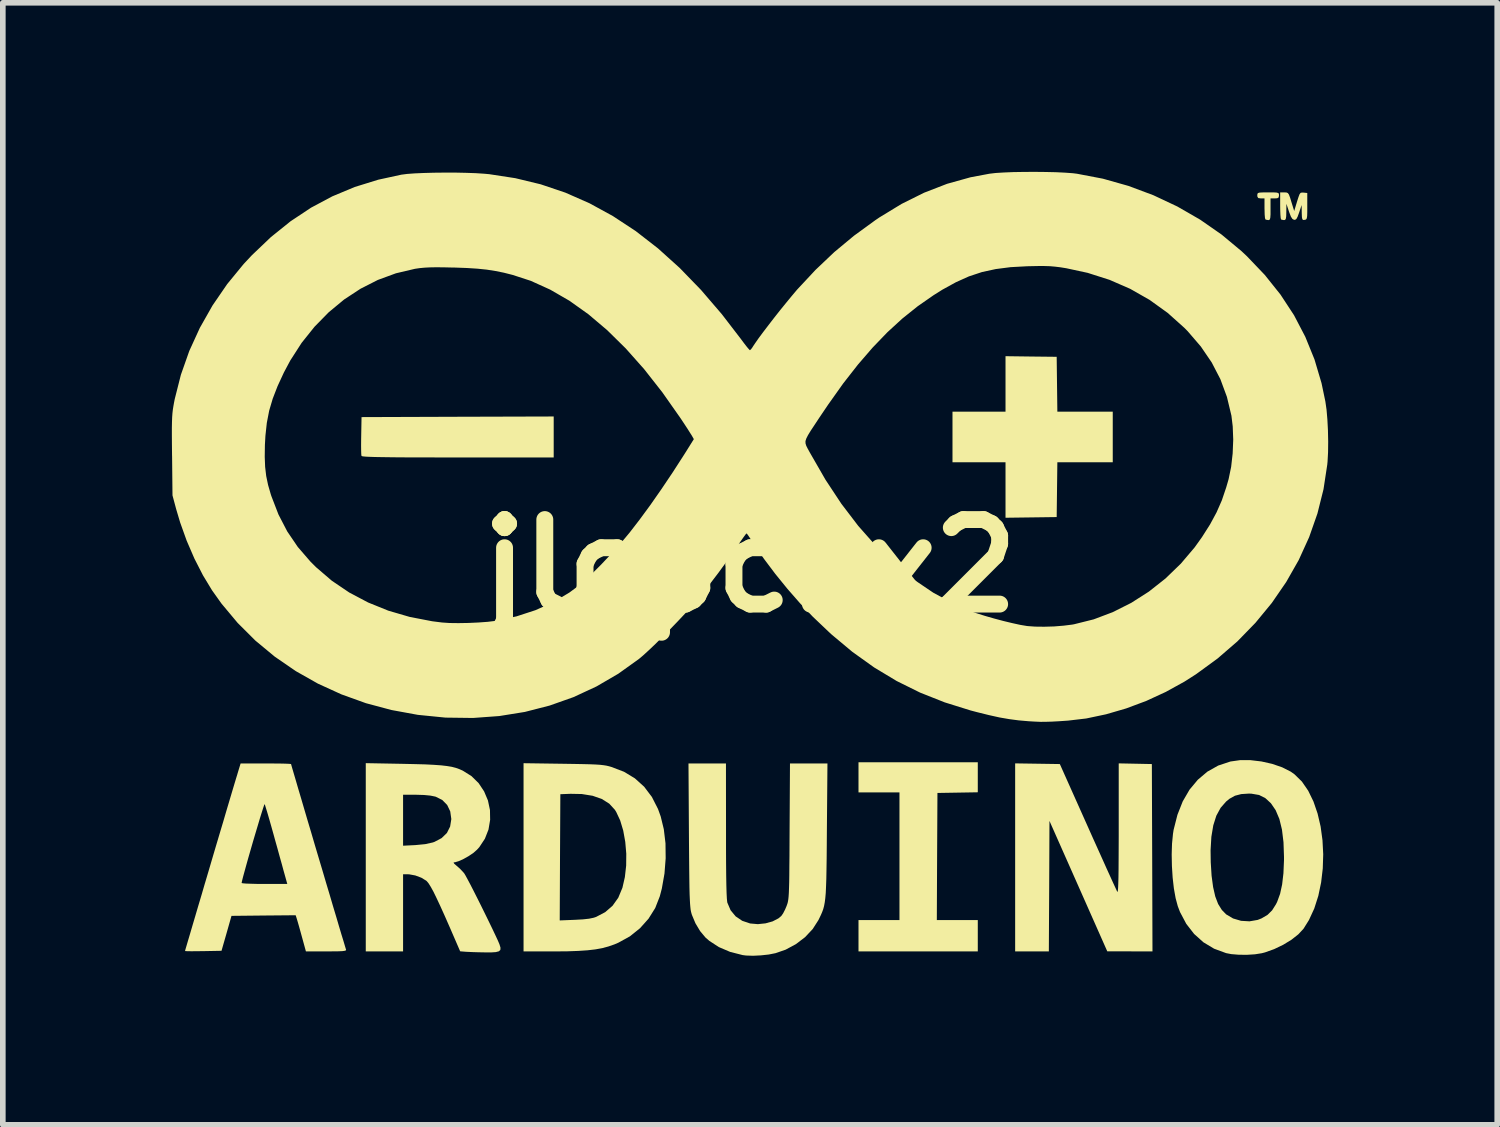
<source format=kicad_pcb>
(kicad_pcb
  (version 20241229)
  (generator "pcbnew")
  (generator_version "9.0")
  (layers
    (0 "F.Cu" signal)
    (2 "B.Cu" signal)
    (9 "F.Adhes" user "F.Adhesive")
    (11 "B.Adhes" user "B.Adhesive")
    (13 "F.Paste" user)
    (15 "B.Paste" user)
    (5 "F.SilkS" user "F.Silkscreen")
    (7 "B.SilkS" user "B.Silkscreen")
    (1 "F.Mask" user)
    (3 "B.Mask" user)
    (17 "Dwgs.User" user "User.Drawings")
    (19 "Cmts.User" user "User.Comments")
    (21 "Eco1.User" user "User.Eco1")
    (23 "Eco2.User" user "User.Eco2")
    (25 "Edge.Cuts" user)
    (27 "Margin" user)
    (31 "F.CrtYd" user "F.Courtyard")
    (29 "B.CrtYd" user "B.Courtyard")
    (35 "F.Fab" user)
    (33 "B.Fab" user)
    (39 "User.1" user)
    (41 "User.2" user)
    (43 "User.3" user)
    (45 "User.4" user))
  (footprint "jlcpcbx2"
    (layer "F.Cu")
    (at 10.261 6.992)
    (property "Reference" "jlcpcbx2" (at 0 0 0) (layer "F.SilkS") (effects (font (size 1.5 1.5) (thickness 0.3))))
    (attr board_only exclude_from_pos_files exclude_from_bom)
    (fp_poly (pts (xy -3.485 -2.288) (xy -3.485 -1.924) (xy -5.185 -1.924) (xy -5.505 -1.924) (xy -5.784 -1.925) (xy -6.026 -1.925) (xy -6.232 -1.926) (xy -6.405 -1.928) (xy -6.547 -1.93) (xy -6.662 -1.932) (xy -6.75 -1.935) (xy -6.815 -1.938) (xy -6.86 -1.942) (xy -6.886 -1.946) (xy -6.896 -1.951) (xy -6.896 -1.952) (xy -6.9 -1.982) (xy -6.902 -2.047) (xy -6.903 -2.138) (xy -6.902 -2.248) (xy -6.901 -2.31) (xy -6.895 -2.64) (xy -5.19 -2.646) (xy -3.485 -2.651)) (stroke (width 0) (type solid)) (fill yes) (layer "F.SilkS"))
    (fp_poly (pts (xy 4.041 3.752) (xy 4.041 4.018) (xy 3.683 4.024) (xy 3.325 4.03) (xy 3.319 5.158) (xy 3.314 6.286) (xy 3.677 6.286) (xy 4.041 6.286) (xy 4.041 6.564) (xy 4.041 6.842) (xy 2.983 6.842) (xy 1.924 6.842) (xy 1.924 6.564) (xy 1.924 6.286) (xy 2.288 6.286) (xy 2.651 6.286) (xy 2.651 5.153) (xy 2.651 4.02) (xy 2.288 4.02) (xy 1.924 4.02) (xy 1.924 3.752) (xy 1.924 3.485) (xy 2.983 3.485) (xy 4.041 3.485)) (stroke (width 0) (type solid)) (fill yes) (layer "F.SilkS"))
    (fp_poly (pts (xy 4.987 -3.715) (xy 5.441 -3.71) (xy 5.447 -3.223) (xy 5.453 -2.737) (xy 5.944 -2.737) (xy 6.436 -2.737) (xy 6.436 -2.288) (xy 6.436 -1.839) (xy 5.944 -1.839) (xy 5.453 -1.839) (xy 5.447 -1.352) (xy 5.441 -0.866) (xy 4.987 -0.86) (xy 4.533 -0.854) (xy 4.533 -1.347) (xy 4.533 -1.839) (xy 4.062 -1.839) (xy 3.592 -1.839) (xy 3.592 -2.288) (xy 3.592 -2.737) (xy 4.062 -2.737) (xy 4.533 -2.737) (xy 4.533 -3.229) (xy 4.533 -3.721)) (stroke (width 0) (type solid)) (fill yes) (layer "F.SilkS"))
    (fp_poly (pts (xy 9.285 -6.628) (xy 9.341 -6.625) (xy 9.372 -6.617) (xy 9.384 -6.603) (xy 9.386 -6.579) (xy 9.386 -6.574) (xy 9.38 -6.538) (xy 9.355 -6.524) (xy 9.311 -6.521) (xy 9.236 -6.521) (xy 9.236 -6.329) (xy 9.236 -6.237) (xy 9.232 -6.18) (xy 9.224 -6.149) (xy 9.21 -6.138) (xy 9.197 -6.136) (xy 9.157 -6.143) (xy 9.144 -6.15) (xy 9.137 -6.177) (xy 9.132 -6.235) (xy 9.13 -6.315) (xy 9.129 -6.343) (xy 9.129 -6.521) (xy 9.065 -6.521) (xy 9.019 -6.527) (xy 9.003 -6.551) (xy 9.001 -6.574) (xy 9.003 -6.6) (xy 9.013 -6.616) (xy 9.04 -6.624) (xy 9.092 -6.627) (xy 9.177 -6.628) (xy 9.194 -6.628)) (stroke (width 0) (type solid)) (fill yes) (layer "F.SilkS"))
    (fp_poly (pts (xy 6.836 3.511) (xy 7.13 3.517) (xy 7.136 5.179) (xy 7.141 6.842) (xy 6.74 6.841) (xy 6.339 6.841) (xy 5.826 5.683) (xy 5.313 4.526) (xy 5.308 5.684) (xy 5.302 6.842) (xy 5.003 6.842) (xy 4.704 6.842) (xy 4.704 5.174) (xy 4.704 3.505) (xy 5.1 3.511) (xy 5.497 3.517) (xy 5.994 4.629) (xy 6.086 4.835) (xy 6.174 5.03) (xy 6.255 5.21) (xy 6.328 5.373) (xy 6.392 5.513) (xy 6.444 5.628) (xy 6.484 5.714) (xy 6.508 5.767) (xy 6.516 5.783) (xy 6.522 5.784) (xy 6.527 5.762) (xy 6.531 5.715) (xy 6.534 5.641) (xy 6.537 5.538) (xy 6.539 5.402) (xy 6.54 5.233) (xy 6.541 5.026) (xy 6.542 4.78) (xy 6.542 4.666) (xy 6.542 3.505)) (stroke (width 0) (type solid)) (fill yes) (layer "F.SilkS"))
    (fp_poly (pts (xy 9.518 -6.626) (xy 9.543 -6.616) (xy 9.562 -6.59) (xy 9.582 -6.538) (xy 9.605 -6.462) (xy 9.656 -6.297) (xy 9.706 -6.463) (xy 9.732 -6.545) (xy 9.751 -6.595) (xy 9.769 -6.619) (xy 9.793 -6.625) (xy 9.822 -6.624) (xy 9.888 -6.617) (xy 9.888 -6.382) (xy 9.888 -6.279) (xy 9.886 -6.211) (xy 9.88 -6.171) (xy 9.87 -6.151) (xy 9.853 -6.142) (xy 9.84 -6.14) (xy 9.814 -6.139) (xy 9.8 -6.153) (xy 9.793 -6.189) (xy 9.79 -6.259) (xy 9.79 -6.268) (xy 9.788 -6.403) (xy 9.743 -6.269) (xy 9.716 -6.195) (xy 9.694 -6.155) (xy 9.671 -6.141) (xy 9.654 -6.141) (xy 9.625 -6.156) (xy 9.598 -6.197) (xy 9.569 -6.272) (xy 9.564 -6.286) (xy 9.518 -6.425) (xy 9.516 -6.281) (xy 9.514 -6.203) (xy 9.507 -6.159) (xy 9.494 -6.14) (xy 9.475 -6.136) (xy 9.434 -6.143) (xy 9.422 -6.15) (xy 9.416 -6.176) (xy 9.411 -6.236) (xy 9.408 -6.319) (xy 9.407 -6.396) (xy 9.407 -6.628) (xy 9.481 -6.628)) (stroke (width 0) (type solid)) (fill yes) (layer "F.SilkS"))
    (fp_poly (pts (xy -3.319 3.512) (xy -3.125 3.515) (xy -2.967 3.518) (xy -2.842 3.521) (xy -2.743 3.525) (xy -2.665 3.53) (xy -2.603 3.537) (xy -2.551 3.545) (xy -2.504 3.556) (xy -2.459 3.569) (xy -2.237 3.654) (xy -2.044 3.771) (xy -1.88 3.919) (xy -1.743 4.1) (xy -1.634 4.314) (xy -1.586 4.447) (xy -1.531 4.673) (xy -1.501 4.923) (xy -1.498 5.189) (xy -1.519 5.46) (xy -1.566 5.726) (xy -1.602 5.864) (xy -1.683 6.071) (xy -1.802 6.261) (xy -1.953 6.43) (xy -2.132 6.574) (xy -2.337 6.687) (xy -2.407 6.717) (xy -2.513 6.754) (xy -2.624 6.784) (xy -2.746 6.806) (xy -2.885 6.822) (xy -3.048 6.833) (xy -3.24 6.84) (xy -3.467 6.842) (xy -3.49 6.842) (xy -4.02 6.842) (xy -4.02 6.292) (xy -3.378 6.292) (xy -3.106 6.281) (xy -2.963 6.273) (xy -2.856 6.261) (xy -2.775 6.244) (xy -2.733 6.23) (xy -2.571 6.145) (xy -2.44 6.031) (xy -2.339 5.889) (xy -2.266 5.714) (xy -2.265 5.711) (xy -2.222 5.523) (xy -2.199 5.319) (xy -2.197 5.108) (xy -2.215 4.898) (xy -2.251 4.698) (xy -2.305 4.518) (xy -2.376 4.366) (xy -2.4 4.328) (xy -2.499 4.22) (xy -2.631 4.137) (xy -2.794 4.08) (xy -2.986 4.049) (xy -3.186 4.045) (xy -3.367 4.052) (xy -3.373 5.172) (xy -3.378 6.292) (xy -4.02 6.292) (xy -4.02 5.172) (xy -4.02 3.502)) (stroke (width 0) (type solid)) (fill yes) (layer "F.SilkS"))
    (fp_poly (pts (xy -0.427 4.698) (xy -0.427 5.004) (xy -0.426 5.267) (xy -0.424 5.488) (xy -0.421 5.668) (xy -0.417 5.807) (xy -0.412 5.905) (xy -0.406 5.963) (xy -0.404 5.975) (xy -0.346 6.111) (xy -0.256 6.22) (xy -0.139 6.299) (xy 0.001 6.346) (xy 0.138 6.358) (xy 0.274 6.344) (xy 0.4 6.309) (xy 0.504 6.255) (xy 0.554 6.213) (xy 0.586 6.167) (xy 0.622 6.097) (xy 0.647 6.038) (xy 0.657 6.01) (xy 0.666 5.983) (xy 0.673 5.951) (xy 0.679 5.913) (xy 0.684 5.864) (xy 0.688 5.801) (xy 0.691 5.719) (xy 0.694 5.616) (xy 0.696 5.488) (xy 0.697 5.331) (xy 0.699 5.141) (xy 0.7 4.914) (xy 0.701 4.709) (xy 0.708 3.506) (xy 1.04 3.506) (xy 1.373 3.506) (xy 1.363 4.698) (xy 1.361 4.967) (xy 1.359 5.197) (xy 1.356 5.391) (xy 1.353 5.555) (xy 1.348 5.691) (xy 1.343 5.803) (xy 1.335 5.895) (xy 1.325 5.972) (xy 1.313 6.036) (xy 1.298 6.092) (xy 1.279 6.144) (xy 1.257 6.195) (xy 1.231 6.249) (xy 1.213 6.286) (xy 1.111 6.445) (xy 0.976 6.589) (xy 0.813 6.713) (xy 0.631 6.811) (xy 0.452 6.873) (xy 0.331 6.897) (xy 0.193 6.912) (xy 0.054 6.919) (xy -0.07 6.915) (xy -0.132 6.907) (xy -0.355 6.85) (xy -0.554 6.765) (xy -0.723 6.655) (xy -0.792 6.595) (xy -0.887 6.481) (xy -0.97 6.342) (xy -1.032 6.194) (xy -1.04 6.168) (xy -1.048 6.137) (xy -1.055 6.101) (xy -1.06 6.055) (xy -1.065 5.997) (xy -1.069 5.922) (xy -1.073 5.828) (xy -1.076 5.711) (xy -1.078 5.567) (xy -1.08 5.393) (xy -1.082 5.185) (xy -1.084 4.94) (xy -1.085 4.773) (xy -1.093 3.506) (xy -0.761 3.506) (xy -0.428 3.506)) (stroke (width 0) (type solid)) (fill yes) (layer "F.SilkS"))
    (fp_poly (pts (xy 8.881 3.448) (xy 9.075 3.471) (xy 9.266 3.514) (xy 9.443 3.575) (xy 9.595 3.652) (xy 9.661 3.699) (xy 9.793 3.828) (xy 9.905 3.991) (xy 9.998 4.182) (xy 10.071 4.395) (xy 10.125 4.626) (xy 10.158 4.869) (xy 10.171 5.118) (xy 10.163 5.37) (xy 10.134 5.617) (xy 10.084 5.856) (xy 10.012 6.081) (xy 9.918 6.285) (xy 9.821 6.44) (xy 9.73 6.538) (xy 9.607 6.635) (xy 9.461 6.724) (xy 9.301 6.801) (xy 9.139 6.859) (xy 9.081 6.874) (xy 8.961 6.893) (xy 8.82 6.902) (xy 8.674 6.901) (xy 8.54 6.89) (xy 8.447 6.872) (xy 8.235 6.794) (xy 8.045 6.68) (xy 7.88 6.532) (xy 7.741 6.353) (xy 7.63 6.144) (xy 7.59 6.039) (xy 7.552 5.898) (xy 7.521 5.726) (xy 7.499 5.532) (xy 7.486 5.328) (xy 7.482 5.123) (xy 7.484 5.047) (xy 8.172 5.047) (xy 8.175 5.26) (xy 8.19 5.499) (xy 8.217 5.7) (xy 8.255 5.866) (xy 8.306 6) (xy 8.372 6.106) (xy 8.448 6.184) (xy 8.571 6.257) (xy 8.713 6.299) (xy 8.862 6.308) (xy 9.007 6.283) (xy 9.076 6.256) (xy 9.182 6.194) (xy 9.264 6.113) (xy 9.333 6.004) (xy 9.355 5.959) (xy 9.406 5.819) (xy 9.442 5.653) (xy 9.465 5.455) (xy 9.475 5.222) (xy 9.475 5.163) (xy 9.466 4.904) (xy 9.439 4.681) (xy 9.393 4.492) (xy 9.327 4.336) (xy 9.243 4.213) (xy 9.144 4.122) (xy 9.033 4.066) (xy 8.899 4.043) (xy 8.854 4.041) (xy 8.716 4.05) (xy 8.605 4.079) (xy 8.506 4.134) (xy 8.447 4.183) (xy 8.35 4.294) (xy 8.274 4.434) (xy 8.22 4.605) (xy 8.186 4.808) (xy 8.172 5.047) (xy 7.484 5.047) (xy 7.488 4.928) (xy 7.505 4.755) (xy 7.516 4.684) (xy 7.584 4.417) (xy 7.678 4.179) (xy 7.799 3.971) (xy 7.946 3.795) (xy 8.115 3.652) (xy 8.307 3.544) (xy 8.521 3.473) (xy 8.523 3.472) (xy 8.693 3.448)) (stroke (width 0) (type solid)) (fill yes) (layer "F.SilkS"))
    (fp_poly (pts (xy -6.174 3.513) (xy -5.949 3.518) (xy -5.762 3.523) (xy -5.608 3.531) (xy -5.482 3.54) (xy -5.379 3.552) (xy -5.294 3.566) (xy -5.221 3.585) (xy -5.157 3.608) (xy -5.099 3.634) (xy -4.944 3.731) (xy -4.817 3.856) (xy -4.72 4.002) (xy -4.652 4.163) (xy -4.616 4.333) (xy -4.613 4.507) (xy -4.642 4.679) (xy -4.706 4.842) (xy -4.805 4.992) (xy -4.848 5.039) (xy -4.912 5.095) (xy -4.995 5.151) (xy -5.084 5.201) (xy -5.167 5.239) (xy -5.233 5.259) (xy -5.247 5.26) (xy -5.263 5.266) (xy -5.249 5.287) (xy -5.206 5.324) (xy -5.143 5.38) (xy -5.086 5.441) (xy -5.072 5.458) (xy -5.051 5.493) (xy -5.014 5.561) (xy -4.964 5.655) (xy -4.905 5.77) (xy -4.84 5.899) (xy -4.771 6.037) (xy -4.702 6.177) (xy -4.635 6.314) (xy -4.573 6.442) (xy -4.52 6.554) (xy -4.478 6.644) (xy -4.451 6.707) (xy -4.445 6.723) (xy -4.429 6.777) (xy -4.432 6.816) (xy -4.458 6.84) (xy -4.512 6.854) (xy -4.6 6.86) (xy -4.712 6.859) (xy -4.82 6.857) (xy -4.923 6.854) (xy -5.007 6.85) (xy -5.047 6.848) (xy -5.145 6.84) (xy -5.323 6.429) (xy -5.417 6.215) (xy -5.497 6.038) (xy -5.564 5.895) (xy -5.619 5.782) (xy -5.666 5.697) (xy -5.704 5.636) (xy -5.736 5.597) (xy -5.747 5.587) (xy -5.834 5.534) (xy -5.941 5.494) (xy -6.049 5.474) (xy -6.076 5.473) (xy -6.158 5.473) (xy -6.158 6.158) (xy -6.158 6.842) (xy -6.489 6.842) (xy -6.82 6.842) (xy -6.82 5.171) (xy -6.82 4.514) (xy -6.158 4.514) (xy -6.158 4.966) (xy -5.938 4.955) (xy -5.764 4.938) (xy -5.629 4.908) (xy -5.601 4.898) (xy -5.474 4.831) (xy -5.38 4.74) (xy -5.323 4.626) (xy -5.302 4.495) (xy -5.302 4.492) (xy -5.321 4.357) (xy -5.375 4.244) (xy -5.461 4.156) (xy -5.576 4.098) (xy -5.589 4.094) (xy -5.672 4.077) (xy -5.786 4.066) (xy -5.918 4.062) (xy -5.926 4.062) (xy -6.158 4.062) (xy -6.158 4.514) (xy -6.82 4.514) (xy -6.82 3.501)) (stroke (width 0) (type solid)) (fill yes) (layer "F.SilkS"))
    (fp_poly (pts (xy -8.461 3.507) (xy -8.343 3.508) (xy -8.248 3.51) (xy -8.181 3.513) (xy -8.148 3.516) (xy -8.146 3.517) (xy -8.14 3.539) (xy -8.123 3.598) (xy -8.096 3.69) (xy -8.06 3.812) (xy -8.017 3.96) (xy -7.966 4.131) (xy -7.911 4.319) (xy -7.851 4.523) (xy -7.787 4.737) (xy -7.722 4.959) (xy -7.655 5.184) (xy -7.588 5.408) (xy -7.523 5.629) (xy -7.459 5.842) (xy -7.4 6.043) (xy -7.344 6.229) (xy -7.295 6.396) (xy -7.252 6.54) (xy -7.216 6.657) (xy -7.19 6.745) (xy -7.174 6.798) (xy -7.169 6.813) (xy -7.172 6.823) (xy -7.193 6.831) (xy -7.237 6.837) (xy -7.31 6.84) (xy -7.417 6.841) (xy -7.52 6.842) (xy -7.882 6.842) (xy -7.951 6.591) (xy -7.98 6.486) (xy -8.007 6.389) (xy -8.029 6.313) (xy -8.042 6.269) (xy -8.064 6.2) (xy -8.633 6.205) (xy -9.203 6.211) (xy -9.291 6.521) (xy -9.38 6.831) (xy -9.704 6.837) (xy -9.816 6.838) (xy -9.911 6.839) (xy -9.982 6.838) (xy -10.022 6.836) (xy -10.027 6.834) (xy -10.022 6.813) (xy -10.005 6.755) (xy -9.978 6.663) (xy -9.942 6.542) (xy -9.899 6.395) (xy -9.849 6.226) (xy -9.794 6.039) (xy -9.734 5.838) (xy -9.673 5.628) (xy -9.023 5.628) (xy -9.003 5.633) (xy -8.946 5.638) (xy -8.86 5.641) (xy -8.751 5.644) (xy -8.625 5.644) (xy -8.618 5.644) (xy -8.213 5.644) (xy -8.262 5.468) (xy -8.282 5.397) (xy -8.31 5.293) (xy -8.346 5.165) (xy -8.386 5.019) (xy -8.429 4.866) (xy -8.456 4.768) (xy -8.496 4.625) (xy -8.533 4.495) (xy -8.565 4.385) (xy -8.591 4.3) (xy -8.608 4.245) (xy -8.615 4.228) (xy -8.623 4.244) (xy -8.641 4.297) (xy -8.667 4.379) (xy -8.7 4.485) (xy -8.737 4.61) (xy -8.778 4.747) (xy -8.821 4.892) (xy -8.863 5.038) (xy -8.904 5.18) (xy -8.941 5.312) (xy -8.973 5.428) (xy -8.999 5.523) (xy -9.016 5.591) (xy -9.023 5.626) (xy -9.023 5.628) (xy -9.673 5.628) (xy -9.672 5.626) (xy -9.607 5.407) (xy -9.542 5.186) (xy -9.477 4.966) (xy -9.413 4.751) (xy -9.351 4.544) (xy -9.294 4.349) (xy -9.241 4.171) (xy -9.194 4.013) (xy -9.154 3.879) (xy -9.122 3.773) (xy -9.099 3.698) (xy -9.095 3.683) (xy -9.041 3.506) (xy -8.594 3.506)) (stroke (width 0) (type solid)) (fill yes) (layer "F.SilkS"))
    (fp_poly (pts (xy 5.243 -6.99) (xy 5.426 -6.986) (xy 5.59 -6.978) (xy 5.727 -6.968) (xy 5.8 -6.959) (xy 6.261 -6.871) (xy 6.714 -6.743) (xy 7.156 -6.578) (xy 7.581 -6.378) (xy 7.987 -6.144) (xy 8.368 -5.879) (xy 8.721 -5.585) (xy 8.817 -5.495) (xy 9.135 -5.162) (xy 9.413 -4.814) (xy 9.653 -4.448) (xy 9.853 -4.065) (xy 10.016 -3.664) (xy 10.141 -3.243) (xy 10.209 -2.918) (xy 10.23 -2.772) (xy 10.245 -2.596) (xy 10.255 -2.403) (xy 10.259 -2.206) (xy 10.257 -2.018) (xy 10.248 -1.851) (xy 10.243 -1.798) (xy 10.176 -1.359) (xy 10.068 -0.928) (xy 9.921 -0.509) (xy 9.736 -0.103) (xy 9.514 0.287) (xy 9.258 0.659) (xy 8.968 1.011) (xy 8.647 1.341) (xy 8.295 1.645) (xy 7.914 1.923) (xy 7.707 2.055) (xy 7.377 2.237) (xy 7.03 2.397) (xy 6.674 2.53) (xy 6.317 2.634) (xy 5.967 2.708) (xy 5.644 2.746) (xy 5.485 2.757) (xy 5.358 2.764) (xy 5.252 2.767) (xy 5.157 2.768) (xy 5.062 2.764) (xy 4.957 2.758) (xy 4.941 2.757) (xy 4.768 2.742) (xy 4.601 2.72) (xy 4.427 2.69) (xy 4.238 2.648) (xy 4.024 2.595) (xy 3.911 2.565) (xy 3.453 2.422) (xy 3.017 2.249) (xy 2.601 2.043) (xy 2.201 1.802) (xy 1.814 1.525) (xy 1.436 1.209) (xy 1.111 0.9) (xy 0.887 0.664) (xy 0.663 0.408) (xy 0.447 0.142) (xy 0.247 -0.124) (xy 0.071 -0.379) (xy 0.009 -0.476) (xy -0.027 -0.531) (xy -0.054 -0.568) (xy -0.064 -0.576) (xy -0.079 -0.559) (xy -0.113 -0.513) (xy -0.161 -0.445) (xy -0.219 -0.36) (xy -0.231 -0.342) (xy -0.387 -0.117) (xy -0.561 0.122) (xy -0.742 0.359) (xy -0.918 0.578) (xy -0.944 0.609) (xy -1.04 0.72) (xy -1.154 0.847) (xy -1.282 0.983) (xy -1.416 1.122) (xy -1.551 1.258) (xy -1.68 1.386) (xy -1.799 1.499) (xy -1.901 1.592) (xy -1.971 1.651) (xy -2.338 1.914) (xy -2.726 2.14) (xy -3.133 2.329) (xy -3.557 2.479) (xy -3.997 2.592) (xy -4.45 2.665) (xy -4.916 2.699) (xy -5.391 2.693) (xy -5.413 2.692) (xy -5.895 2.644) (xy -6.364 2.558) (xy -6.817 2.437) (xy -7.253 2.28) (xy -7.669 2.09) (xy -8.063 1.867) (xy -8.434 1.612) (xy -8.778 1.327) (xy -9.094 1.012) (xy -9.38 0.67) (xy -9.548 0.434) (xy -9.709 0.168) (xy -9.861 -0.129) (xy -9.998 -0.446) (xy -10.114 -0.77) (xy -10.184 -1.005) (xy -10.25 -1.251) (xy -10.257 -1.936) (xy -8.613 -1.936) (xy -8.606 -1.757) (xy -8.587 -1.595) (xy -8.554 -1.437) (xy -8.506 -1.271) (xy -8.496 -1.24) (xy -8.369 -0.911) (xy -8.214 -0.612) (xy -8.026 -0.335) (xy -7.802 -0.076) (xy -7.702 0.024) (xy -7.422 0.264) (xy -7.113 0.473) (xy -6.778 0.65) (xy -6.42 0.795) (xy -6.04 0.906) (xy -5.641 0.983) (xy -5.467 1.005) (xy -5.335 1.014) (xy -5.175 1.016) (xy -4.999 1.013) (xy -4.822 1.005) (xy -4.656 0.993) (xy -4.516 0.976) (xy -4.501 0.973) (xy -4.145 0.896) (xy -3.808 0.786) (xy -3.493 0.644) (xy -3.206 0.473) (xy -3.041 0.351) (xy -2.926 0.253) (xy -2.792 0.126) (xy -2.644 -0.022) (xy -2.489 -0.186) (xy -2.332 -0.36) (xy -2.3 -0.396) (xy -2.139 -0.589) (xy -1.963 -0.817) (xy -1.774 -1.074) (xy -1.577 -1.356) (xy -1.374 -1.658) (xy -1.169 -1.976) (xy -1.123 -2.049) (xy -1.02 -2.214) (xy 0.983 -2.214) (xy 0.984 -2.173) (xy 0.997 -2.131) (xy 1.021 -2.083) (xy 1.055 -2.021) (xy 1.071 -1.993) (xy 1.338 -1.529) (xy 1.62 -1.102) (xy 1.919 -0.71) (xy 2.232 -0.356) (xy 2.559 -0.04) (xy 2.899 0.238) (xy 3.251 0.476) (xy 3.615 0.674) (xy 3.907 0.801) (xy 4.026 0.843) (xy 4.17 0.888) (xy 4.33 0.934) (xy 4.495 0.978) (xy 4.653 1.016) (xy 4.794 1.047) (xy 4.907 1.066) (xy 4.92 1.068) (xy 5.057 1.078) (xy 5.22 1.08) (xy 5.395 1.075) (xy 5.566 1.061) (xy 5.718 1.042) (xy 5.75 1.036) (xy 6.098 0.949) (xy 6.437 0.821) (xy 6.765 0.656) (xy 7.078 0.456) (xy 7.372 0.224) (xy 7.644 -0.039) (xy 7.89 -0.329) (xy 8.02 -0.511) (xy 8.163 -0.736) (xy 8.278 -0.949) (xy 8.372 -1.163) (xy 8.45 -1.394) (xy 8.492 -1.539) (xy 8.537 -1.756) (xy 8.564 -1.995) (xy 8.574 -2.24) (xy 8.565 -2.476) (xy 8.542 -2.666) (xy 8.462 -2.999) (xy 8.346 -3.313) (xy 8.192 -3.61) (xy 7.999 -3.893) (xy 7.766 -4.164) (xy 7.708 -4.223) (xy 7.411 -4.489) (xy 7.09 -4.72) (xy 6.746 -4.916) (xy 6.379 -5.076) (xy 5.99 -5.2) (xy 5.61 -5.282) (xy 5.504 -5.299) (xy 5.412 -5.31) (xy 5.322 -5.318) (xy 5.224 -5.321) (xy 5.107 -5.321) (xy 4.961 -5.318) (xy 4.918 -5.317) (xy 4.623 -5.301) (xy 4.359 -5.267) (xy 4.115 -5.214) (xy 3.883 -5.137) (xy 3.652 -5.033) (xy 3.412 -4.901) (xy 3.256 -4.803) (xy 2.973 -4.606) (xy 2.701 -4.388) (xy 2.436 -4.145) (xy 2.175 -3.874) (xy 1.915 -3.573) (xy 1.653 -3.238) (xy 1.388 -2.865) (xy 1.229 -2.63) (xy 1.142 -2.498) (xy 1.075 -2.397) (xy 1.028 -2.32) (xy 0.998 -2.261) (xy 0.983 -2.214) (xy -1.02 -2.214) (xy -0.998 -2.249) (xy -1.037 -2.317) (xy -1.064 -2.359) (xy -1.108 -2.429) (xy -1.165 -2.516) (xy -1.228 -2.611) (xy -1.241 -2.63) (xy -1.558 -3.081) (xy -1.88 -3.491) (xy -2.206 -3.858) (xy -2.535 -4.182) (xy -2.869 -4.465) (xy -3.206 -4.705) (xy -3.547 -4.902) (xy -3.891 -5.058) (xy -4.213 -5.163) (xy -4.371 -5.203) (xy -4.521 -5.233) (xy -4.673 -5.257) (xy -4.838 -5.274) (xy -5.025 -5.286) (xy -5.244 -5.294) (xy -5.27 -5.294) (xy -5.44 -5.298) (xy -5.576 -5.299) (xy -5.686 -5.297) (xy -5.778 -5.292) (xy -5.862 -5.284) (xy -5.945 -5.272) (xy -5.954 -5.27) (xy -6.285 -5.192) (xy -6.606 -5.074) (xy -6.913 -4.918) (xy -7.204 -4.727) (xy -7.477 -4.501) (xy -7.729 -4.244) (xy -7.958 -3.958) (xy -8.16 -3.644) (xy -8.273 -3.432) (xy -8.385 -3.19) (xy -8.471 -2.968) (xy -8.534 -2.755) (xy -8.576 -2.538) (xy -8.601 -2.307) (xy -8.61 -2.144) (xy -8.613 -1.936) (xy -10.257 -1.936) (xy -10.258 -1.969) (xy -10.26 -2.164) (xy -10.261 -2.322) (xy -10.261 -2.45) (xy -10.259 -2.552) (xy -10.256 -2.636) (xy -10.251 -2.707) (xy -10.244 -2.77) (xy -10.234 -2.833) (xy -10.222 -2.9) (xy -10.21 -2.961) (xy -10.101 -3.391) (xy -9.952 -3.814) (xy -9.764 -4.225) (xy -9.539 -4.622) (xy -9.279 -5.001) (xy -8.987 -5.357) (xy -8.841 -5.513) (xy -8.504 -5.834) (xy -8.155 -6.115) (xy -7.792 -6.356) (xy -7.413 -6.558) (xy -7.015 -6.724) (xy -6.598 -6.853) (xy -6.189 -6.942) (xy -6.089 -6.955) (xy -5.955 -6.965) (xy -5.794 -6.972) (xy -5.614 -6.977) (xy -5.424 -6.979) (xy -5.231 -6.979) (xy -5.044 -6.975) (xy -4.87 -6.969) (xy -4.717 -6.959) (xy -4.629 -6.951) (xy -4.166 -6.88) (xy -3.715 -6.771) (xy -3.277 -6.623) (xy -2.85 -6.435) (xy -2.435 -6.208) (xy -2.029 -5.941) (xy -1.634 -5.634) (xy -1.248 -5.286) (xy -0.871 -4.897) (xy -0.501 -4.466) (xy -0.162 -4.025) (xy -0.104 -3.947) (xy -0.054 -3.883) (xy -0.018 -3.841) (xy -0.003 -3.827) (xy 0.017 -3.844) (xy 0.046 -3.884) (xy 0.05 -3.892) (xy 0.091 -3.953) (xy 0.153 -4.042) (xy 0.234 -4.151) (xy 0.328 -4.274) (xy 0.429 -4.405) (xy 0.534 -4.538) (xy 0.638 -4.666) (xy 0.735 -4.784) (xy 0.82 -4.885) (xy 0.839 -4.907) (xy 1.163 -5.254) (xy 1.494 -5.568) (xy 1.843 -5.858) (xy 2.222 -6.134) (xy 2.294 -6.183) (xy 2.688 -6.423) (xy 3.088 -6.622) (xy 3.496 -6.78) (xy 3.912 -6.896) (xy 4.247 -6.959) (xy 4.357 -6.972) (xy 4.502 -6.981) (xy 4.671 -6.988) (xy 4.857 -6.991) (xy 5.051 -6.992)) (stroke (width 0) (type solid)) (fill yes) (layer "F.SilkS")))
  (gr_rect
    (start -3 -3)
    (end 23.52 16.911)
    (stroke (width 0.1) (type default))
    (fill no)
    (layer "Edge.Cuts")))
</source>
